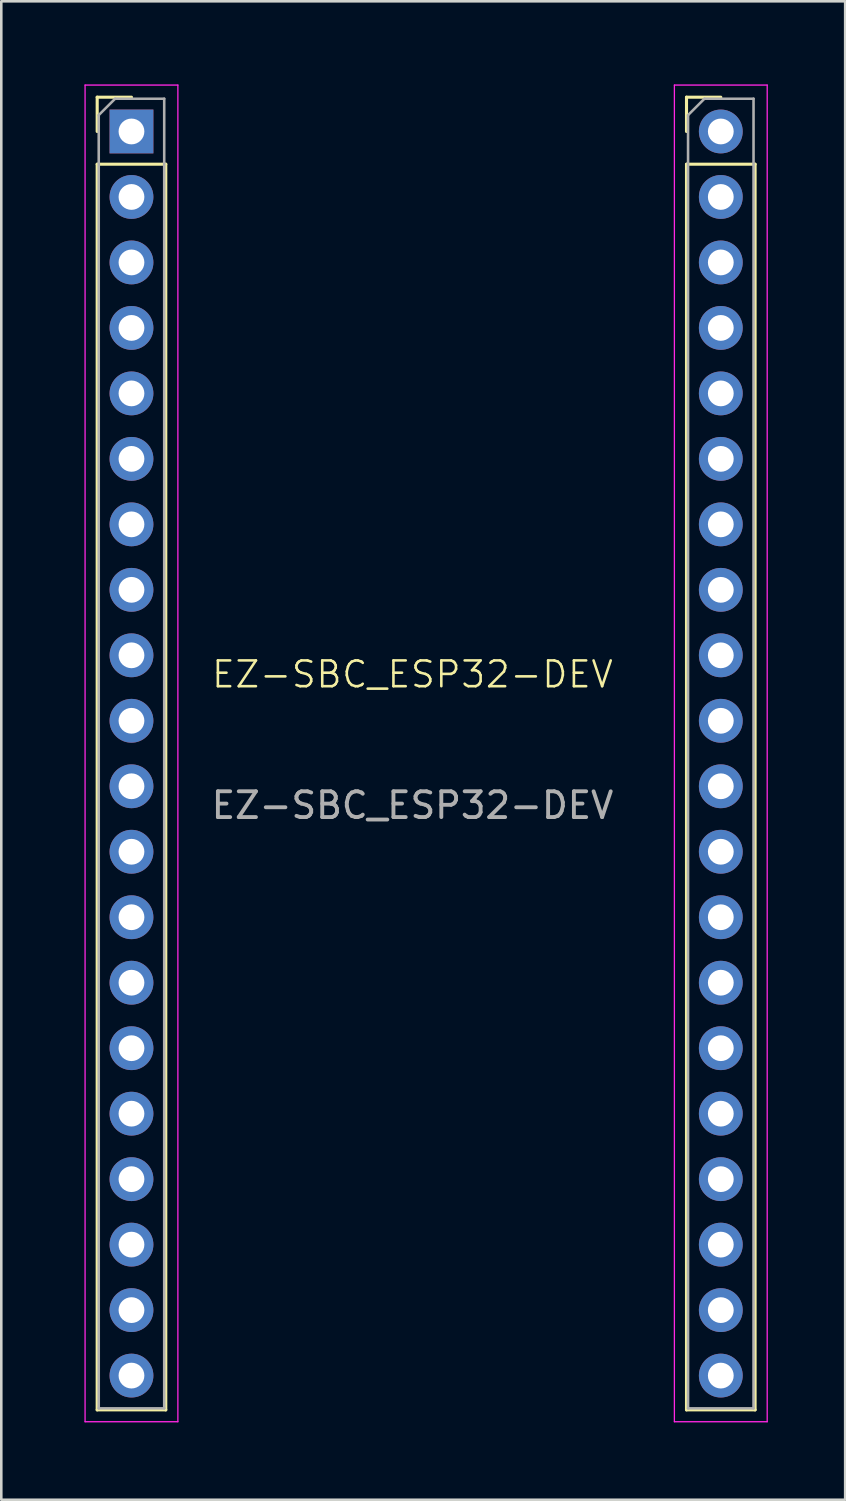
<source format=kicad_pcb>
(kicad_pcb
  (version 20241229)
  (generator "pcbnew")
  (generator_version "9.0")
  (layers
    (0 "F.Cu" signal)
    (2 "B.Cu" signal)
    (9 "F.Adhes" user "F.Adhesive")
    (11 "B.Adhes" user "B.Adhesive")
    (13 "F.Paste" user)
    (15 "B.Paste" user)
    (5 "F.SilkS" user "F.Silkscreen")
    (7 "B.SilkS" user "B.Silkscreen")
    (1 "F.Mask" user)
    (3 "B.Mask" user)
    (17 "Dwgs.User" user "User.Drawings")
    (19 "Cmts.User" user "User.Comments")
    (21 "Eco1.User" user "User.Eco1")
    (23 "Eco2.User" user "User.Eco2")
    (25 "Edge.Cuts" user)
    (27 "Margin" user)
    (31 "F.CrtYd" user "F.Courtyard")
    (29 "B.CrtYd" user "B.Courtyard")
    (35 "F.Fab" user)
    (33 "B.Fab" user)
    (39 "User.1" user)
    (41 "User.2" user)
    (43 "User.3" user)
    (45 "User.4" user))
  (footprint "EZ-SBC_ESP32-DEV"
    (layer "F.Cu")
    (at 0.25 0.25)
    (property "Reference" "EZ-SBC_ESP32-DEV" (at 12.7 22.86 0) (unlocked yes) (layer "F.SilkS") (effects (font (size 1 1) (thickness 0.1))))
    (attr through_hole)
    (fp_line (start 0.47 0.47) (end 1.8 0.47) (stroke (width 0.12) (type solid)) (layer "F.SilkS"))
    (fp_line (start 0.47 1.8) (end 0.47 0.47) (stroke (width 0.12) (type solid)) (layer "F.SilkS"))
    (fp_line (start 0.47 3.07) (end 0.47 51.39) (stroke (width 0.12) (type solid)) (layer "F.SilkS"))
    (fp_line (start 0.47 3.07) (end 3.13 3.07) (stroke (width 0.12) (type solid)) (layer "F.SilkS"))
    (fp_line (start 0.47 51.39) (end 3.13 51.39) (stroke (width 0.12) (type solid)) (layer "F.SilkS"))
    (fp_line (start 3.13 3.07) (end 3.13 51.39) (stroke (width 0.12) (type solid)) (layer "F.SilkS"))
    (fp_line (start 23.33 0.47) (end 24.66 0.47) (stroke (width 0.12) (type solid)) (layer "F.SilkS"))
    (fp_line (start 23.33 1.8) (end 23.33 0.47) (stroke (width 0.12) (type solid)) (layer "F.SilkS"))
    (fp_line (start 23.33 3.07) (end 23.33 51.39) (stroke (width 0.12) (type solid)) (layer "F.SilkS"))
    (fp_line (start 23.33 3.07) (end 25.99 3.07) (stroke (width 0.12) (type solid)) (layer "F.SilkS"))
    (fp_line (start 23.33 51.39) (end 25.99 51.39) (stroke (width 0.12) (type solid)) (layer "F.SilkS"))
    (fp_line (start 25.99 3.07) (end 25.99 51.39) (stroke (width 0.12) (type solid)) (layer "F.SilkS"))
    (fp_line (start 0 0) (end 0 51.85) (stroke (width 0.05) (type solid)) (layer "F.CrtYd"))
    (fp_line (start 0 51.85) (end 3.6 51.85) (stroke (width 0.05) (type solid)) (layer "F.CrtYd"))
    (fp_line (start 3.6 0) (end 0 0) (stroke (width 0.05) (type solid)) (layer "F.CrtYd"))
    (fp_line (start 3.6 51.85) (end 3.6 0) (stroke (width 0.05) (type solid)) (layer "F.CrtYd"))
    (fp_line (start 22.86 0) (end 22.86 51.85) (stroke (width 0.05) (type solid)) (layer "F.CrtYd"))
    (fp_line (start 22.86 51.85) (end 26.46 51.85) (stroke (width 0.05) (type solid)) (layer "F.CrtYd"))
    (fp_line (start 26.46 0) (end 22.86 0) (stroke (width 0.05) (type solid)) (layer "F.CrtYd"))
    (fp_line (start 26.46 51.85) (end 26.46 0) (stroke (width 0.05) (type solid)) (layer "F.CrtYd"))
    (fp_line (start 0.53 1.165) (end 1.165 0.53) (stroke (width 0.1) (type solid)) (layer "F.Fab"))
    (fp_line (start 0.53 51.33) (end 0.53 1.165) (stroke (width 0.1) (type solid)) (layer "F.Fab"))
    (fp_line (start 1.165 0.53) (end 3.07 0.53) (stroke (width 0.1) (type solid)) (layer "F.Fab"))
    (fp_line (start 3.07 0.53) (end 3.07 51.33) (stroke (width 0.1) (type solid)) (layer "F.Fab"))
    (fp_line (start 3.07 51.33) (end 0.53 51.33) (stroke (width 0.1) (type solid)) (layer "F.Fab"))
    (fp_line (start 23.39 1.165) (end 24.025 0.53) (stroke (width 0.1) (type solid)) (layer "F.Fab"))
    (fp_line (start 23.39 51.33) (end 23.39 1.165) (stroke (width 0.1) (type solid)) (layer "F.Fab"))
    (fp_line (start 24.025 0.53) (end 25.93 0.53) (stroke (width 0.1) (type solid)) (layer "F.Fab"))
    (fp_line (start 25.93 0.53) (end 25.93 51.33) (stroke (width 0.1) (type solid)) (layer "F.Fab"))
    (fp_line (start 25.93 51.33) (end 23.39 51.33) (stroke (width 0.1) (type solid)) (layer "F.Fab"))
    (fp_text user "${REFERENCE}" (at 12.7 27.94 0) (unlocked yes) (layer "F.Fab") (effects (font (size 1 1) (thickness 0.15))))
    (pad "1" thru_hole rect (at 1.8 1.8) (size 1.7 1.7) (drill 1) (layers "*.Cu" "*.Mask"))
    (pad "2" thru_hole oval (at 1.8 4.34) (size 1.7 1.7) (drill 1) (layers "*.Cu" "*.Mask"))
    (pad "3" thru_hole oval (at 1.8 6.88) (size 1.7 1.7) (drill 1) (layers "*.Cu" "*.Mask"))
    (pad "4" thru_hole oval (at 1.8 9.42) (size 1.7 1.7) (drill 1) (layers "*.Cu" "*.Mask"))
    (pad "5" thru_hole oval (at 1.8 11.96) (size 1.7 1.7) (drill 1) (layers "*.Cu" "*.Mask"))
    (pad "6" thru_hole oval (at 1.8 14.5) (size 1.7 1.7) (drill 1) (layers "*.Cu" "*.Mask"))
    (pad "7" thru_hole oval (at 1.8 17.04) (size 1.7 1.7) (drill 1) (layers "*.Cu" "*.Mask"))
    (pad "8" thru_hole oval (at 1.8 19.58) (size 1.7 1.7) (drill 1) (layers "*.Cu" "*.Mask"))
    (pad "9" thru_hole oval (at 1.8 22.12) (size 1.7 1.7) (drill 1) (layers "*.Cu" "*.Mask"))
    (pad "10" thru_hole oval (at 1.8 24.66) (size 1.7 1.7) (drill 1) (layers "*.Cu" "*.Mask"))
    (pad "11" thru_hole oval (at 1.8 27.2) (size 1.7 1.7) (drill 1) (layers "*.Cu" "*.Mask"))
    (pad "12" thru_hole oval (at 1.8 29.74) (size 1.7 1.7) (drill 1) (layers "*.Cu" "*.Mask"))
    (pad "13" thru_hole oval (at 1.8 32.28) (size 1.7 1.7) (drill 1) (layers "*.Cu" "*.Mask"))
    (pad "14" thru_hole oval (at 1.8 34.82) (size 1.7 1.7) (drill 1) (layers "*.Cu" "*.Mask"))
    (pad "15" thru_hole oval (at 1.8 37.36) (size 1.7 1.7) (drill 1) (layers "*.Cu" "*.Mask"))
    (pad "16" thru_hole oval (at 1.8 39.9) (size 1.7 1.7) (drill 1) (layers "*.Cu" "*.Mask"))
    (pad "17" thru_hole oval (at 1.8 42.44) (size 1.7 1.7) (drill 1) (layers "*.Cu" "*.Mask"))
    (pad "18" thru_hole oval (at 1.8 44.98) (size 1.7 1.7) (drill 1) (layers "*.Cu" "*.Mask"))
    (pad "19" thru_hole oval (at 1.8 47.52) (size 1.7 1.7) (drill 1) (layers "*.Cu" "*.Mask"))
    (pad "20" thru_hole oval (at 1.8 50.06) (size 1.7 1.7) (drill 1) (layers "*.Cu" "*.Mask"))
    (pad "21" thru_hole oval (at 24.66 50.06) (size 1.7 1.7) (drill 1) (layers "*.Cu" "*.Mask"))
    (pad "22" thru_hole oval (at 24.66 47.52) (size 1.7 1.7) (drill 1) (layers "*.Cu" "*.Mask"))
    (pad "23" thru_hole oval (at 24.66 44.98) (size 1.7 1.7) (drill 1) (layers "*.Cu" "*.Mask"))
    (pad "24" thru_hole oval (at 24.66 42.44) (size 1.7 1.7) (drill 1) (layers "*.Cu" "*.Mask"))
    (pad "25" thru_hole oval (at 24.66 39.9) (size 1.7 1.7) (drill 1) (layers "*.Cu" "*.Mask"))
    (pad "26" thru_hole oval (at 24.66 37.36) (size 1.7 1.7) (drill 1) (layers "*.Cu" "*.Mask"))
    (pad "27" thru_hole oval (at 24.66 34.82) (size 1.7 1.7) (drill 1) (layers "*.Cu" "*.Mask"))
    (pad "28" thru_hole oval (at 24.66 32.28) (size 1.7 1.7) (drill 1) (layers "*.Cu" "*.Mask"))
    (pad "29" thru_hole oval (at 24.66 29.74) (size 1.7 1.7) (drill 1) (layers "*.Cu" "*.Mask"))
    (pad "30" thru_hole oval (at 24.66 27.2) (size 1.7 1.7) (drill 1) (layers "*.Cu" "*.Mask"))
    (pad "31" thru_hole oval (at 24.66 24.66) (size 1.7 1.7) (drill 1) (layers "*.Cu" "*.Mask"))
    (pad "32" thru_hole oval (at 24.66 22.12) (size 1.7 1.7) (drill 1) (layers "*.Cu" "*.Mask"))
    (pad "33" thru_hole oval (at 24.66 19.58) (size 1.7 1.7) (drill 1) (layers "*.Cu" "*.Mask"))
    (pad "34" thru_hole oval (at 24.66 17.04) (size 1.7 1.7) (drill 1) (layers "*.Cu" "*.Mask"))
    (pad "35" thru_hole oval (at 24.66 14.5) (size 1.7 1.7) (drill 1) (layers "*.Cu" "*.Mask"))
    (pad "36" thru_hole oval (at 24.66 11.96) (size 1.7 1.7) (drill 1) (layers "*.Cu" "*.Mask"))
    (pad "37" thru_hole oval (at 24.66 9.42) (size 1.7 1.7) (drill 1) (layers "*.Cu" "*.Mask"))
    (pad "38" thru_hole oval (at 24.66 6.88) (size 1.7 1.7) (drill 1) (layers "*.Cu" "*.Mask"))
    (pad "39" thru_hole oval (at 24.66 4.34) (size 1.7 1.7) (drill 1) (layers "*.Cu" "*.Mask"))
    (pad "40" thru_hole circle (at 24.66 1.8) (size 1.7 1.7) (drill 1) (layers "*.Cu" "*.Mask")))
  (gr_rect
    (start -3 -3)
    (end 29.735 55.125)
    (stroke (width 0.1) (type default))
    (fill no)
    (layer "Edge.Cuts")))
</source>
